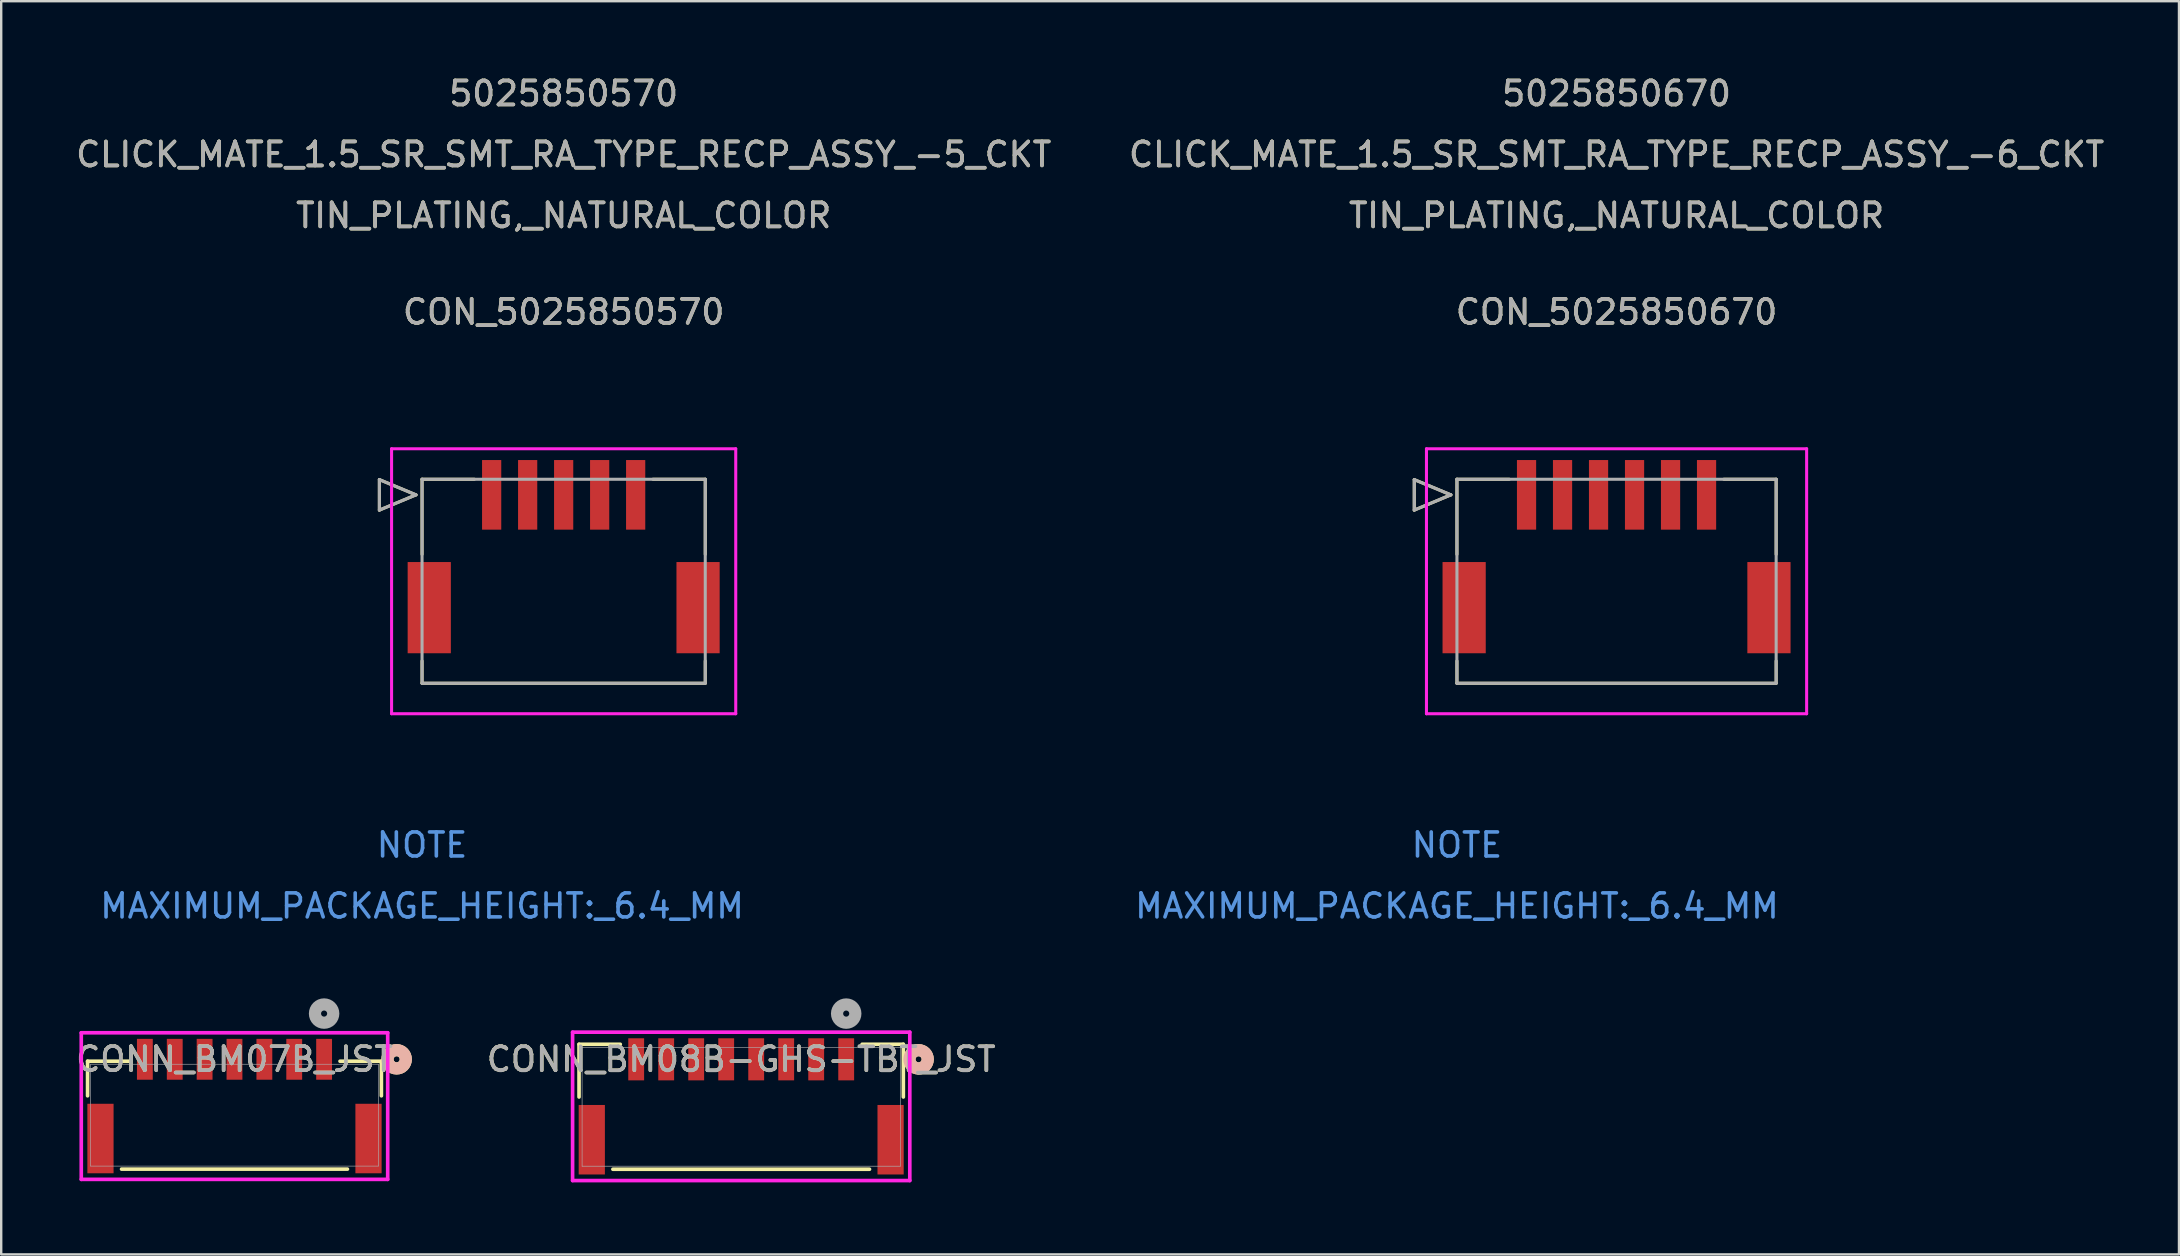
<source format=kicad_pcb>
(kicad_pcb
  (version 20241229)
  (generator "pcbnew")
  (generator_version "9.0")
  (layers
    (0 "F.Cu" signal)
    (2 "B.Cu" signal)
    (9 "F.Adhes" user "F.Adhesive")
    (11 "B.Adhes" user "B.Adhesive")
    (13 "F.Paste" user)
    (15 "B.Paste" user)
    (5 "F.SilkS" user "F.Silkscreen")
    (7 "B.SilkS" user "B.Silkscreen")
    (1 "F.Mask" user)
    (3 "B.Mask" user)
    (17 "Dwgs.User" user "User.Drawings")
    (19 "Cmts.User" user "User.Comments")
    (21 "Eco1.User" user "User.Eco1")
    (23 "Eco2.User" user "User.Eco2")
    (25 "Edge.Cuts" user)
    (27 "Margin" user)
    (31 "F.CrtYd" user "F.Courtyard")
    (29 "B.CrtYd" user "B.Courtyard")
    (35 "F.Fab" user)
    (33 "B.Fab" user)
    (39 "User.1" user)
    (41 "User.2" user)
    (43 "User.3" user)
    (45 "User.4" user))
  (footprint "CONN_BM07B_JST"
    (layer "F.Cu")
    (at 6.72 43.414)
    (property "Reference" "CONN_BM07B_JST" (at 0 -2.328 0) (unlocked yes) (layer "F.SilkS") (effects (font (size 1 1) (thickness 0.15))))
    (attr smd)
    (fp_line (start -6.121 -2.248) (end -6.121 -0.807) (stroke (width 0.152) (type solid)) (layer "F.SilkS"))
    (fp_line (start -4.705 2.248) (end 4.705 2.248) (stroke (width 0.152) (type solid)) (layer "F.SilkS"))
    (fp_line (start -4.397 -2.248) (end -6.121 -2.248) (stroke (width 0.152) (type solid)) (layer "F.SilkS"))
    (fp_line (start 6.121 -2.248) (end 4.397 -2.248) (stroke (width 0.152) (type solid)) (layer "F.SilkS"))
    (fp_line (start 6.121 -0.807) (end 6.121 -2.248) (stroke (width 0.152) (type solid)) (layer "F.SilkS"))
    (fp_circle (center 6.756 -2.328) (end 7.137 -2.328) (stroke (width 0.508) (type solid)) (fill no) (layer "F.SilkS"))
    (fp_circle (center 6.756 -2.328) (end 7.137 -2.328) (stroke (width 0.508) (type solid)) (fill no) (layer "B.SilkS"))
    (fp_line (start -6.384 -3.433) (end -6.384 2.675) (stroke (width 0.152) (type solid)) (layer "F.CrtYd"))
    (fp_line (start -6.384 2.675) (end 6.384 2.675) (stroke (width 0.152) (type solid)) (layer "F.CrtYd"))
    (fp_line (start 6.384 -3.433) (end -6.384 -3.433) (stroke (width 0.152) (type solid)) (layer "F.CrtYd"))
    (fp_line (start 6.384 2.675) (end 6.384 -3.433) (stroke (width 0.152) (type solid)) (layer "F.CrtYd"))
    (fp_line (start -5.994 -2.121) (end -5.994 2.121) (stroke (width 0.025) (type solid)) (layer "F.Fab"))
    (fp_line (start -5.994 2.121) (end 5.994 2.121) (stroke (width 0.025) (type solid)) (layer "F.Fab"))
    (fp_line (start 5.994 -2.121) (end -5.994 -2.121) (stroke (width 0.025) (type solid)) (layer "F.Fab"))
    (fp_line (start 5.994 2.121) (end 5.994 -2.121) (stroke (width 0.025) (type solid)) (layer "F.Fab"))
    (fp_circle (center 3.734 -4.233) (end 4.115 -4.233) (stroke (width 0.508) (type solid)) (fill no) (layer "F.Fab"))
    (fp_text user "${REFERENCE}" (at 0 -2.328 0) (unlocked yes) (layer "F.Fab") (effects (font (size 1 1) (thickness 0.15))))
    (pad "1" smd rect (at 3.734 -2.328) (size 0.66 1.702) (layers "F.Cu" "F.Mask" "F.Paste"))
    (pad "2" smd rect (at 2.489 -2.328) (size 0.66 1.702) (layers "F.Cu" "F.Mask" "F.Paste"))
    (pad "3" smd rect (at 1.245 -2.328) (size 0.66 1.702) (layers "F.Cu" "F.Mask" "F.Paste"))
    (pad "4" smd rect (at 0 -2.328) (size 0.66 1.702) (layers "F.Cu" "F.Mask" "F.Paste"))
    (pad "5" smd rect (at -1.245 -2.328) (size 0.66 1.702) (layers "F.Cu" "F.Mask" "F.Paste"))
    (pad "6" smd rect (at -2.489 -2.328) (size 0.66 1.702) (layers "F.Cu" "F.Mask" "F.Paste"))
    (pad "7" smd rect (at -3.734 -2.328) (size 0.66 1.702) (layers "F.Cu" "F.Mask" "F.Paste"))
    (pad "8" smd rect (at -5.584 0.973) (size 1.092 2.896) (layers "F.Cu" "F.Mask" "F.Paste"))
    (pad "9" smd rect (at 5.584 0.973) (size 1.092 2.896) (layers "F.Cu" "F.Mask" "F.Paste")))
  (footprint "CON_5025850670"
    (layer "F.Cu")
    (at 60.554 17.568)
    (property "Reference" "CON_5025850670" (at 3.75 -7.62 0) (unlocked yes) (layer "F.SilkS") (effects (font (size 1 1) (thickness 0.15))))
    (attr smd)
    (fp_line (start -4.678 -0.635) (end -4.678 0.635) (stroke (width 0.127) (type solid)) (layer "F.SilkS"))
    (fp_line (start -4.678 0.635) (end -3.154 0) (stroke (width 0.127) (type solid)) (layer "F.SilkS"))
    (fp_line (start -3.154 0) (end -4.678 -0.635) (stroke (width 0.127) (type solid)) (layer "F.SilkS"))
    (fp_line (start -2.9 -0.65) (end -2.9 2.48) (stroke (width 0.127) (type solid)) (layer "F.SilkS"))
    (fp_line (start -2.9 6.92) (end -2.9 7.85) (stroke (width 0.127) (type solid)) (layer "F.SilkS"))
    (fp_line (start -2.9 7.85) (end 10.4 7.85) (stroke (width 0.127) (type solid)) (layer "F.SilkS"))
    (fp_line (start -0.72 -0.65) (end -2.9 -0.65) (stroke (width 0.127) (type solid)) (layer "F.SilkS"))
    (fp_line (start 10.4 -0.65) (end 8.22 -0.65) (stroke (width 0.127) (type solid)) (layer "F.SilkS"))
    (fp_line (start 10.4 2.48) (end 10.4 -0.65) (stroke (width 0.127) (type solid)) (layer "F.SilkS"))
    (fp_line (start 10.4 7.85) (end 10.4 6.92) (stroke (width 0.127) (type solid)) (layer "F.SilkS"))
    (fp_line (start -4.17 -1.92) (end -4.17 9.12) (stroke (width 0.127) (type solid)) (layer "F.CrtYd"))
    (fp_line (start -4.17 9.12) (end 11.67 9.12) (stroke (width 0.127) (type solid)) (layer "F.CrtYd"))
    (fp_line (start 11.67 -1.92) (end -4.17 -1.92) (stroke (width 0.127) (type solid)) (layer "F.CrtYd"))
    (fp_line (start 11.67 9.12) (end 11.67 -1.92) (stroke (width 0.127) (type solid)) (layer "F.CrtYd"))
    (fp_line (start -4.678 -0.635) (end -4.678 0.635) (stroke (width 0.127) (type solid)) (layer "F.Fab"))
    (fp_line (start -4.678 0.635) (end -3.154 0) (stroke (width 0.127) (type solid)) (layer "F.Fab"))
    (fp_line (start -3.154 0) (end -4.678 -0.635) (stroke (width 0.127) (type solid)) (layer "F.Fab"))
    (fp_line (start -2.9 -0.65) (end -2.9 7.85) (stroke (width 0.127) (type solid)) (layer "F.Fab"))
    (fp_line (start -2.9 7.85) (end 10.4 7.85) (stroke (width 0.127) (type solid)) (layer "F.Fab"))
    (fp_line (start 10.4 -0.65) (end -2.9 -0.65) (stroke (width 0.127) (type solid)) (layer "F.Fab"))
    (fp_line (start 10.4 7.85) (end 10.4 -0.65) (stroke (width 0.127) (type solid)) (layer "F.Fab"))
    (fp_text user "TIN_PLATING,_NATURAL_COLOR" (at 3.75 -11.64 0) (unlocked yes) (layer "F.SilkS") (effects (font (size 1 1) (thickness 0.15))))
    (fp_text user "5025850670" (at 3.75 -16.72 0) (unlocked yes) (layer "F.SilkS") (effects (font (size 1 1) (thickness 0.15))))
    (fp_text user "CLICK_MATE_1.5_SR_SMT_RA_TYPE_RECP_ASSY_-6_CKT" (at 3.75 -14.18 0) (unlocked yes) (layer "F.SilkS") (effects (font (size 1 1) (thickness 0.15))))
    (fp_text user "NOTE" (at -2.9 14.59 0) (unlocked yes) (layer "Cmts.User") (effects (font (size 1 1) (thickness 0.15))))
    (fp_text user "MAXIMUM_PACKAGE_HEIGHT:_6.4_MM" (at -2.9 17.13 0) (unlocked yes) (layer "Cmts.User") (effects (font (size 1 1) (thickness 0.15))))
    (fp_text user "CLICK_MATE_1.5_SR_SMT_RA_TYPE_RECP_ASSY_-6_CKT" (at 3.75 -14.18 0) (unlocked yes) (layer "F.Fab") (effects (font (size 1 1) (thickness 0.15))))
    (fp_text user "TIN_PLATING,_NATURAL_COLOR" (at 3.75 -11.64 0) (unlocked yes) (layer "F.Fab") (effects (font (size 1 1) (thickness 0.15))))
    (fp_text user "5025850670" (at 3.75 -16.72 0) (unlocked yes) (layer "F.Fab") (effects (font (size 1 1) (thickness 0.15))))
    (fp_text user "${REFERENCE}" (at 3.75 -7.62 0) (unlocked yes) (layer "F.Fab") (effects (font (size 1 1) (thickness 0.15))))
    (pad "1" smd rect (at 0 0) (size 0.8 2.9) (layers "F.Cu" "F.Mask" "F.Paste"))
    (pad "2" smd rect (at 1.5 0) (size 0.8 2.9) (layers "F.Cu" "F.Mask" "F.Paste"))
    (pad "3" smd rect (at 3 0) (size 0.8 2.9) (layers "F.Cu" "F.Mask" "F.Paste"))
    (pad "4" smd rect (at 4.5 0) (size 0.8 2.9) (layers "F.Cu" "F.Mask" "F.Paste"))
    (pad "5" smd rect (at 6 0) (size 0.8 2.9) (layers "F.Cu" "F.Mask" "F.Paste"))
    (pad "6" smd rect (at 7.5 0) (size 0.8 2.9) (layers "F.Cu" "F.Mask" "F.Paste"))
    (pad "7" smd rect (at -2.6 4.7) (size 1.8 3.8) (layers "F.Cu" "F.Mask" "F.Paste"))
    (pad "8" smd rect (at 10.1 4.7) (size 1.8 3.8) (layers "F.Cu" "F.Mask" "F.Paste")))
  (footprint "CONN_BM08B-GHS-TBT_JST"
    (layer "F.Cu")
    (at 27.832 43.063)
    (property "Reference" "CONN_BM08B-GHS-TBT_JST" (at 0 -1.976 0) (unlocked yes) (layer "F.SilkS") (effects (font (size 1 1) (thickness 0.15))))
    (attr smd)
    (fp_line (start -6.756 -2.603) (end -6.756 -0.407) (stroke (width 0.152) (type solid)) (layer "F.SilkS"))
    (fp_line (start -5.346 2.604) (end 5.346 2.604) (stroke (width 0.152) (type solid)) (layer "F.SilkS"))
    (fp_line (start -5.038 -2.603) (end -6.756 -2.603) (stroke (width 0.152) (type solid)) (layer "F.SilkS"))
    (fp_line (start 6.756 -2.603) (end 5.038 -2.603) (stroke (width 0.152) (type solid)) (layer "F.SilkS"))
    (fp_line (start 6.756 -0.407) (end 6.756 -2.603) (stroke (width 0.152) (type solid)) (layer "F.SilkS"))
    (fp_circle (center 7.391 -1.976) (end 7.772 -1.976) (stroke (width 0.508) (type solid)) (fill no) (layer "F.SilkS"))
    (fp_circle (center 7.391 -1.976) (end 7.772 -1.976) (stroke (width 0.508) (type solid)) (fill no) (layer "B.SilkS"))
    (fp_line (start -7.025 -3.107) (end -7.025 3.075) (stroke (width 0.152) (type solid)) (layer "F.CrtYd"))
    (fp_line (start -7.025 3.075) (end 7.025 3.075) (stroke (width 0.152) (type solid)) (layer "F.CrtYd"))
    (fp_line (start 7.025 -3.107) (end -7.025 -3.107) (stroke (width 0.152) (type solid)) (layer "F.CrtYd"))
    (fp_line (start 7.025 3.075) (end 7.025 -3.107) (stroke (width 0.152) (type solid)) (layer "F.CrtYd"))
    (fp_line (start -6.629 -2.477) (end -6.629 2.477) (stroke (width 0.025) (type solid)) (layer "F.Fab"))
    (fp_line (start -6.629 2.477) (end 6.629 2.477) (stroke (width 0.025) (type solid)) (layer "F.Fab"))
    (fp_line (start 6.629 -2.477) (end -6.629 -2.477) (stroke (width 0.025) (type solid)) (layer "F.Fab"))
    (fp_line (start 6.629 2.477) (end 6.629 -2.477) (stroke (width 0.025) (type solid)) (layer "F.Fab"))
    (fp_circle (center 4.375 -3.881) (end 4.756 -3.881) (stroke (width 0.508) (type solid)) (fill no) (layer "F.Fab"))
    (fp_text user "${REFERENCE}" (at 0 -1.976 0) (unlocked yes) (layer "F.Fab") (effects (font (size 1 1) (thickness 0.15))))
    (pad "1" smd rect (at 4.375 -1.976) (size 0.66 1.753) (layers "F.Cu" "F.Mask" "F.Paste"))
    (pad "2" smd rect (at 3.125 -1.976) (size 0.66 1.753) (layers "F.Cu" "F.Mask" "F.Paste"))
    (pad "3" smd rect (at 1.875 -1.976) (size 0.66 1.753) (layers "F.Cu" "F.Mask" "F.Paste"))
    (pad "4" smd rect (at 0.625 -1.976) (size 0.66 1.753) (layers "F.Cu" "F.Mask" "F.Paste"))
    (pad "5" smd rect (at -0.625 -1.976) (size 0.66 1.753) (layers "F.Cu" "F.Mask" "F.Paste"))
    (pad "6" smd rect (at -1.875 -1.976) (size 0.66 1.753) (layers "F.Cu" "F.Mask" "F.Paste"))
    (pad "7" smd rect (at -3.125 -1.976) (size 0.66 1.753) (layers "F.Cu" "F.Mask" "F.Paste"))
    (pad "8" smd rect (at -4.375 -1.976) (size 0.66 1.753) (layers "F.Cu" "F.Mask" "F.Paste"))
    (pad "9" smd rect (at -6.225 1.374) (size 1.092 2.896) (layers "F.Cu" "F.Mask" "F.Paste"))
    (pad "10" smd rect (at 6.225 1.374) (size 1.092 2.896) (layers "F.Cu" "F.Mask" "F.Paste")))
  (footprint "CON_5025850570"
    (layer "F.Cu")
    (at 17.435 17.568)
    (property "Reference" "CON_5025850570" (at 3 -7.62 0) (unlocked yes) (layer "F.SilkS") (effects (font (size 1 1) (thickness 0.15))))
    (attr smd)
    (fp_line (start -4.678 -0.635) (end -4.678 0.635) (stroke (width 0.127) (type solid)) (layer "F.SilkS"))
    (fp_line (start -4.678 0.635) (end -3.154 0) (stroke (width 0.127) (type solid)) (layer "F.SilkS"))
    (fp_line (start -3.154 0) (end -4.678 -0.635) (stroke (width 0.127) (type solid)) (layer "F.SilkS"))
    (fp_line (start -2.9 -0.65) (end -2.9 2.48) (stroke (width 0.127) (type solid)) (layer "F.SilkS"))
    (fp_line (start -2.9 6.92) (end -2.9 7.85) (stroke (width 0.127) (type solid)) (layer "F.SilkS"))
    (fp_line (start -2.9 7.85) (end 8.9 7.85) (stroke (width 0.127) (type solid)) (layer "F.SilkS"))
    (fp_line (start -0.72 -0.65) (end -2.9 -0.65) (stroke (width 0.127) (type solid)) (layer "F.SilkS"))
    (fp_line (start 8.9 -0.65) (end 6.72 -0.65) (stroke (width 0.127) (type solid)) (layer "F.SilkS"))
    (fp_line (start 8.9 2.48) (end 8.9 -0.65) (stroke (width 0.127) (type solid)) (layer "F.SilkS"))
    (fp_line (start 8.9 7.85) (end 8.9 6.92) (stroke (width 0.127) (type solid)) (layer "F.SilkS"))
    (fp_line (start -4.17 -1.92) (end -4.17 9.12) (stroke (width 0.127) (type solid)) (layer "F.CrtYd"))
    (fp_line (start -4.17 9.12) (end 10.17 9.12) (stroke (width 0.127) (type solid)) (layer "F.CrtYd"))
    (fp_line (start 10.17 -1.92) (end -4.17 -1.92) (stroke (width 0.127) (type solid)) (layer "F.CrtYd"))
    (fp_line (start 10.17 9.12) (end 10.17 -1.92) (stroke (width 0.127) (type solid)) (layer "F.CrtYd"))
    (fp_line (start -4.678 -0.635) (end -4.678 0.635) (stroke (width 0.127) (type solid)) (layer "F.Fab"))
    (fp_line (start -4.678 0.635) (end -3.154 0) (stroke (width 0.127) (type solid)) (layer "F.Fab"))
    (fp_line (start -3.154 0) (end -4.678 -0.635) (stroke (width 0.127) (type solid)) (layer "F.Fab"))
    (fp_line (start -2.9 -0.65) (end -2.9 7.85) (stroke (width 0.127) (type solid)) (layer "F.Fab"))
    (fp_line (start -2.9 7.85) (end 8.9 7.85) (stroke (width 0.127) (type solid)) (layer "F.Fab"))
    (fp_line (start 8.9 -0.65) (end -2.9 -0.65) (stroke (width 0.127) (type solid)) (layer "F.Fab"))
    (fp_line (start 8.9 7.85) (end 8.9 -0.65) (stroke (width 0.127) (type solid)) (layer "F.Fab"))
    (fp_text user "TIN_PLATING,_NATURAL_COLOR" (at 3 -11.64 0) (unlocked yes) (layer "F.SilkS") (effects (font (size 1 1) (thickness 0.15))))
    (fp_text user "5025850570" (at 3 -16.72 0) (unlocked yes) (layer "F.SilkS") (effects (font (size 1 1) (thickness 0.15))))
    (fp_text user "CLICK_MATE_1.5_SR_SMT_RA_TYPE_RECP_ASSY_-5_CKT" (at 3 -14.18 0) (unlocked yes) (layer "F.SilkS") (effects (font (size 1 1) (thickness 0.15))))
    (fp_text user "NOTE" (at -2.9 14.59 0) (unlocked yes) (layer "Cmts.User") (effects (font (size 1 1) (thickness 0.15))))
    (fp_text user "MAXIMUM_PACKAGE_HEIGHT:_6.4_MM" (at -2.9 17.13 0) (unlocked yes) (layer "Cmts.User") (effects (font (size 1 1) (thickness 0.15))))
    (fp_text user "CLICK_MATE_1.5_SR_SMT_RA_TYPE_RECP_ASSY_-5_CKT" (at 3 -14.18 0) (unlocked yes) (layer "F.Fab") (effects (font (size 1 1) (thickness 0.15))))
    (fp_text user "${REFERENCE}" (at 3 -7.62 0) (unlocked yes) (layer "F.Fab") (effects (font (size 1 1) (thickness 0.15))))
    (fp_text user "TIN_PLATING,_NATURAL_COLOR" (at 3 -11.64 0) (unlocked yes) (layer "F.Fab") (effects (font (size 1 1) (thickness 0.15))))
    (fp_text user "5025850570" (at 3 -16.72 0) (unlocked yes) (layer "F.Fab") (effects (font (size 1 1) (thickness 0.15))))
    (pad "1" smd rect (at 0 0) (size 0.8 2.9) (layers "F.Cu" "F.Mask" "F.Paste"))
    (pad "2" smd rect (at 1.5 0) (size 0.8 2.9) (layers "F.Cu" "F.Mask" "F.Paste"))
    (pad "3" smd rect (at 3 0) (size 0.8 2.9) (layers "F.Cu" "F.Mask" "F.Paste"))
    (pad "4" smd rect (at 4.5 0) (size 0.8 2.9) (layers "F.Cu" "F.Mask" "F.Paste"))
    (pad "5" smd rect (at 6 0) (size 0.8 2.9) (layers "F.Cu" "F.Mask" "F.Paste"))
    (pad "6" smd rect (at -2.6 4.7) (size 1.8 3.8) (layers "F.Cu" "F.Mask" "F.Paste"))
    (pad "7" smd rect (at 8.6 4.7) (size 1.8 3.8) (layers "F.Cu" "F.Mask" "F.Paste")))
  (gr_rect
    (start -3 -3)
    (end 87.738 49.215)
    (stroke (width 0.1) (type default))
    (fill no)
    (layer "Edge.Cuts")))
</source>
